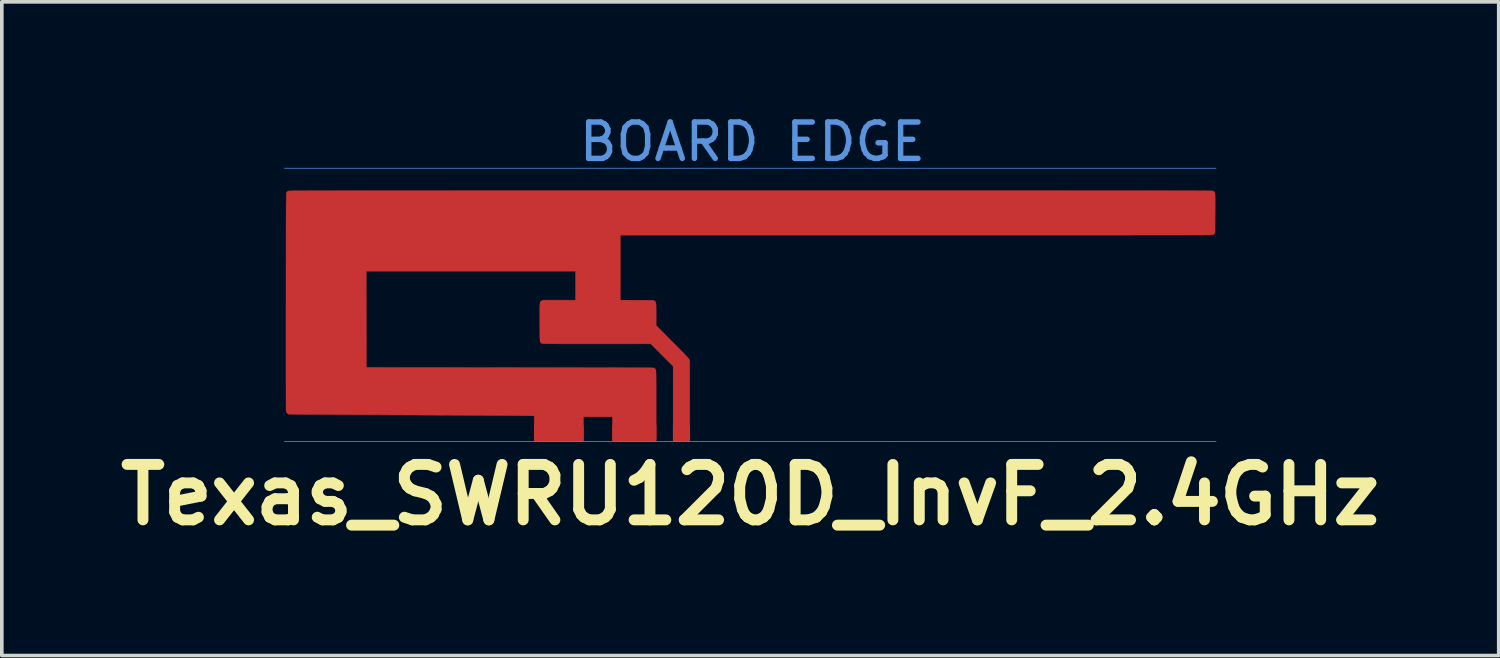
<source format=kicad_pcb>
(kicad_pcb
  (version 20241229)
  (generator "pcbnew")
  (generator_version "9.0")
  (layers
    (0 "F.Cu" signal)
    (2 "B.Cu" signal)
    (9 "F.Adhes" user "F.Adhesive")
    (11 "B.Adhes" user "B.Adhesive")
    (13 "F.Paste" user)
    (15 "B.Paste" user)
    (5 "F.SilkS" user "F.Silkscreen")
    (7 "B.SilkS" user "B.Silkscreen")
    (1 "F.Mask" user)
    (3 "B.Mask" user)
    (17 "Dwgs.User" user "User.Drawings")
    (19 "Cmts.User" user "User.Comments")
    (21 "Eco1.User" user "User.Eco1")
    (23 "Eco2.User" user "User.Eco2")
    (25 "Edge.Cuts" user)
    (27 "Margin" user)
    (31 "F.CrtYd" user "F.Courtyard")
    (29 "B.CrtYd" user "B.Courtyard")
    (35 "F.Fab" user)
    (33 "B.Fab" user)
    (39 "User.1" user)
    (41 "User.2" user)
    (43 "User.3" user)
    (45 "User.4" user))
  (footprint "Texas_SWRU120D_InvF_2.4GHz"
    (layer "F.Cu")
    (at 17.57 5.548)
    (property "Reference" "Texas_SWRU120D_InvF_2.4GHz" (at 0 5 0) (layer "F.SilkS") (effects (font (size 1.524 1.524) (thickness 0.3))))
    (attr smd)
    (fp_poly (pts (xy 2.003 -3.36) (xy 2.466 -3.36) (xy 2.916 -3.36) (xy 3.353 -3.36) (xy 3.776 -3.36) (xy 4.186 -3.36) (xy 4.584 -3.36) (xy 4.969 -3.36) (xy 5.341 -3.36) (xy 5.702 -3.36) (xy 6.05 -3.36) (xy 6.387 -3.36) (xy 6.712 -3.36) (xy 7.026 -3.36) (xy 7.329 -3.36) (xy 7.621 -3.36) (xy 7.902 -3.36) (xy 8.172 -3.36) (xy 8.432 -3.36) (xy 8.682 -3.359) (xy 8.922 -3.359) (xy 9.153 -3.359) (xy 9.374 -3.359) (xy 9.585 -3.359) (xy 9.788 -3.359) (xy 9.981 -3.359) (xy 10.166 -3.359) (xy 10.342 -3.359) (xy 10.51 -3.359) (xy 10.67 -3.359) (xy 10.822 -3.358) (xy 10.966 -3.358) (xy 11.103 -3.358) (xy 11.232 -3.358) (xy 11.354 -3.358) (xy 11.47 -3.358) (xy 11.578 -3.357) (xy 11.681 -3.357) (xy 11.777 -3.357) (xy 11.866 -3.357) (xy 11.95 -3.357) (xy 12.029 -3.356) (xy 12.101 -3.356) (xy 12.169 -3.356) (xy 12.231 -3.356) (xy 12.289 -3.355) (xy 12.342 -3.355) (xy 12.39 -3.355) (xy 12.434 -3.354) (xy 12.474 -3.354) (xy 12.51 -3.354) (xy 12.543 -3.353) (xy 12.572 -3.353) (xy 12.597 -3.353) (xy 12.62 -3.352) (xy 12.64 -3.352) (xy 12.657 -3.352) (xy 12.672 -3.351) (xy 12.684 -3.351) (xy 12.694 -3.35) (xy 12.703 -3.35) (xy 12.71 -3.349) (xy 12.715 -3.349) (xy 12.72 -3.348) (xy 12.723 -3.348) (xy 12.725 -3.347) (xy 12.727 -3.347) (xy 12.728 -3.346) (xy 12.729 -3.346) (xy 12.738 -3.34) (xy 12.745 -3.335) (xy 12.752 -3.33) (xy 12.758 -3.323) (xy 12.762 -3.313) (xy 12.766 -3.3) (xy 12.769 -3.283) (xy 12.772 -3.26) (xy 12.774 -3.23) (xy 12.775 -3.193) (xy 12.776 -3.148) (xy 12.776 -3.093) (xy 12.776 -3.027) (xy 12.776 -2.95) (xy 12.776 -2.861) (xy 12.775 -2.758) (xy 12.775 -2.739) (xy 12.773 -2.195) (xy 12.755 -2.175) (xy 12.736 -2.159) (xy 12.717 -2.146) (xy 12.717 -2.146) (xy 12.714 -2.145) (xy 12.709 -2.145) (xy 12.7 -2.144) (xy 12.687 -2.144) (xy 12.671 -2.143) (xy 12.65 -2.143) (xy 12.625 -2.142) (xy 12.596 -2.142) (xy 12.562 -2.142) (xy 12.522 -2.141) (xy 12.478 -2.141) (xy 12.428 -2.141) (xy 12.372 -2.14) (xy 12.31 -2.14) (xy 12.242 -2.14) (xy 12.168 -2.139) (xy 12.087 -2.139) (xy 11.999 -2.139) (xy 11.903 -2.138) (xy 11.801 -2.138) (xy 11.69 -2.138) (xy 11.572 -2.138) (xy 11.445 -2.138) (xy 11.31 -2.137) (xy 11.167 -2.137) (xy 11.015 -2.137) (xy 10.853 -2.137) (xy 10.682 -2.137) (xy 10.502 -2.137) (xy 10.312 -2.136) (xy 10.112 -2.136) (xy 9.901 -2.136) (xy 9.68 -2.136) (xy 9.448 -2.136) (xy 9.205 -2.136) (xy 8.951 -2.136) (xy 8.686 -2.136) (xy 8.408 -2.136) (xy 8.119 -2.136) (xy 7.817 -2.136) (xy 7.504 -2.136) (xy 7.177 -2.136) (xy 6.837 -2.136) (xy 6.484 -2.136) (xy 6.118 -2.136) (xy 5.738 -2.136) (xy 5.345 -2.136) (xy 4.937 -2.135) (xy 4.563 -2.135) (xy -3.571 -2.135) (xy -3.571 -0.35) (xy -2.657 -0.346) (xy -2.633 -0.329) (xy -2.622 -0.322) (xy -2.613 -0.314) (xy -2.606 -0.306) (xy -2.6 -0.294) (xy -2.596 -0.28) (xy -2.593 -0.26) (xy -2.59 -0.233) (xy -2.589 -0.199) (xy -2.588 -0.155) (xy -2.588 -0.1) (xy -2.587 -0.034) (xy -2.587 0.038) (xy -2.587 0.346) (xy -2.144 0.791) (xy -2.062 0.873) (xy -1.989 0.947) (xy -1.926 1.011) (xy -1.871 1.066) (xy -1.825 1.114) (xy -1.786 1.154) (xy -1.754 1.188) (xy -1.729 1.215) (xy -1.71 1.237) (xy -1.696 1.253) (xy -1.687 1.265) (xy -1.683 1.272) (xy -1.665 1.308) (xy -1.662 3.498) (xy -2.121 3.498) (xy -2.121 1.469) (xy -2.429 1.161) (xy -2.737 0.853) (xy -4.22 0.853) (xy -4.393 0.853) (xy -4.553 0.853) (xy -4.699 0.853) (xy -4.832 0.853) (xy -4.953 0.853) (xy -5.062 0.852) (xy -5.161 0.852) (xy -5.249 0.852) (xy -5.327 0.852) (xy -5.396 0.851) (xy -5.456 0.851) (xy -5.509 0.851) (xy -5.554 0.85) (xy -5.592 0.85) (xy -5.624 0.849) (xy -5.65 0.848) (xy -5.672 0.847) (xy -5.688 0.846) (xy -5.701 0.845) (xy -5.711 0.844) (xy -5.719 0.843) (xy -5.724 0.842) (xy -5.727 0.84) (xy -5.728 0.84) (xy -5.749 0.826) (xy -5.767 0.808) (xy -5.768 0.807) (xy -5.771 0.802) (xy -5.774 0.798) (xy -5.776 0.791) (xy -5.778 0.782) (xy -5.779 0.769) (xy -5.78 0.751) (xy -5.781 0.728) (xy -5.782 0.697) (xy -5.783 0.659) (xy -5.783 0.612) (xy -5.784 0.554) (xy -5.784 0.486) (xy -5.785 0.406) (xy -5.785 0.313) (xy -5.785 0.26) (xy -5.786 0.156) (xy -5.786 0.066) (xy -5.786 -0.012) (xy -5.786 -0.078) (xy -5.786 -0.134) (xy -5.785 -0.18) (xy -5.783 -0.217) (xy -5.781 -0.247) (xy -5.778 -0.27) (xy -5.775 -0.288) (xy -5.77 -0.301) (xy -5.765 -0.31) (xy -5.758 -0.317) (xy -5.75 -0.323) (xy -5.741 -0.327) (xy -5.73 -0.333) (xy -5.728 -0.333) (xy -5.696 -0.35) (xy -4.803 -0.35) (xy -4.803 -1.144) (xy -10.554 -1.144) (xy -10.552 0.177) (xy -10.55 1.498) (xy -6.603 1.501) (xy -6.316 1.502) (xy -6.043 1.502) (xy -5.785 1.502) (xy -5.539 1.502) (xy -5.307 1.503) (xy -5.088 1.503) (xy -4.881 1.503) (xy -4.686 1.503) (xy -4.503 1.504) (xy -4.331 1.504) (xy -4.17 1.504) (xy -4.019 1.504) (xy -3.879 1.505) (xy -3.749 1.505) (xy -3.628 1.505) (xy -3.516 1.505) (xy -3.413 1.506) (xy -3.319 1.506) (xy -3.232 1.506) (xy -3.154 1.507) (xy -3.082 1.507) (xy -3.018 1.507) (xy -2.96 1.508) (xy -2.908 1.508) (xy -2.862 1.509) (xy -2.822 1.509) (xy -2.787 1.51) (xy -2.757 1.51) (xy -2.731 1.511) (xy -2.709 1.511) (xy -2.691 1.512) (xy -2.676 1.513) (xy -2.664 1.513) (xy -2.655 1.514) (xy -2.648 1.515) (xy -2.643 1.516) (xy -2.639 1.517) (xy -2.637 1.518) (xy -2.636 1.518) (xy -2.618 1.534) (xy -2.602 1.554) (xy -2.602 1.555) (xy -2.6 1.558) (xy -2.598 1.563) (xy -2.596 1.569) (xy -2.595 1.577) (xy -2.593 1.588) (xy -2.592 1.603) (xy -2.591 1.622) (xy -2.59 1.646) (xy -2.59 1.677) (xy -2.589 1.714) (xy -2.589 1.759) (xy -2.588 1.812) (xy -2.588 1.874) (xy -2.588 1.946) (xy -2.588 2.028) (xy -2.588 2.122) (xy -2.587 2.227) (xy -2.587 2.345) (xy -2.587 2.477) (xy -2.587 2.538) (xy -2.587 3.498) (xy -3.79 3.498) (xy -3.79 2.857) (xy -4.584 2.857) (xy -4.584 3.498) (xy -5.94 3.498) (xy -5.94 2.83) (xy -6.427 2.825) (xy -6.469 2.825) (xy -6.526 2.824) (xy -6.596 2.824) (xy -6.678 2.823) (xy -6.773 2.823) (xy -6.88 2.822) (xy -6.997 2.821) (xy -7.125 2.82) (xy -7.262 2.82) (xy -7.409 2.819) (xy -7.563 2.818) (xy -7.726 2.817) (xy -7.896 2.816) (xy -8.073 2.815) (xy -8.256 2.814) (xy -8.444 2.813) (xy -8.637 2.812) (xy -8.835 2.811) (xy -9.036 2.81) (xy -9.24 2.808) (xy -9.446 2.807) (xy -9.654 2.806) (xy -9.788 2.806) (xy -9.992 2.804) (xy -10.193 2.803) (xy -10.389 2.802) (xy -10.581 2.801) (xy -10.767 2.8) (xy -10.948 2.799) (xy -11.123 2.798) (xy -11.291 2.797) (xy -11.452 2.796) (xy -11.605 2.795) (xy -11.75 2.794) (xy -11.887 2.793) (xy -12.015 2.793) (xy -12.133 2.792) (xy -12.241 2.791) (xy -12.338 2.79) (xy -12.424 2.79) (xy -12.499 2.789) (xy -12.561 2.789) (xy -12.611 2.788) (xy -12.648 2.788) (xy -12.672 2.787) (xy -12.681 2.787) (xy -12.681 2.787) (xy -12.697 2.78) (xy -12.716 2.765) (xy -12.726 2.756) (xy -12.744 2.736) (xy -12.753 2.716) (xy -12.758 2.689) (xy -12.758 2.679) (xy -12.759 2.655) (xy -12.759 2.617) (xy -12.759 2.567) (xy -12.759 2.503) (xy -12.76 2.428) (xy -12.76 2.341) (xy -12.76 2.242) (xy -12.76 2.133) (xy -12.76 2.014) (xy -12.761 1.886) (xy -12.761 1.748) (xy -12.761 1.601) (xy -12.761 1.447) (xy -12.761 1.284) (xy -12.761 1.115) (xy -12.761 0.938) (xy -12.761 0.756) (xy -12.761 0.568) (xy -12.761 0.374) (xy -12.761 0.176) (xy -12.761 -0.026) (xy -12.761 -0.233) (xy -12.76 -0.317) (xy -12.76 -0.565) (xy -12.76 -0.798) (xy -12.76 -1.018) (xy -12.76 -1.225) (xy -12.76 -1.418) (xy -12.759 -1.6) (xy -12.759 -1.769) (xy -12.759 -1.926) (xy -12.759 -2.072) (xy -12.759 -2.208) (xy -12.758 -2.333) (xy -12.758 -2.448) (xy -12.758 -2.554) (xy -12.758 -2.65) (xy -12.757 -2.738) (xy -12.757 -2.817) (xy -12.757 -2.889) (xy -12.756 -2.953) (xy -12.756 -3.01) (xy -12.755 -3.061) (xy -12.755 -3.105) (xy -12.754 -3.143) (xy -12.754 -3.177) (xy -12.753 -3.205) (xy -12.753 -3.229) (xy -12.752 -3.248) (xy -12.751 -3.264) (xy -12.75 -3.277) (xy -12.75 -3.287) (xy -12.749 -3.294) (xy -12.748 -3.3) (xy -12.747 -3.304) (xy -12.746 -3.307) (xy -12.745 -3.307) (xy -12.729 -3.328) (xy -12.709 -3.345) (xy -12.709 -3.346) (xy -12.708 -3.346) (xy -12.706 -3.347) (xy -12.704 -3.347) (xy -12.702 -3.348) (xy -12.698 -3.348) (xy -12.694 -3.349) (xy -12.688 -3.349) (xy -12.68 -3.35) (xy -12.671 -3.35) (xy -12.66 -3.351) (xy -12.647 -3.351) (xy -12.631 -3.352) (xy -12.613 -3.352) (xy -12.592 -3.352) (xy -12.568 -3.353) (xy -12.541 -3.353) (xy -12.511 -3.354) (xy -12.477 -3.354) (xy -12.44 -3.354) (xy -12.398 -3.355) (xy -12.352 -3.355) (xy -12.302 -3.355) (xy -12.248 -3.355) (xy -12.188 -3.356) (xy -12.124 -3.356) (xy -12.055 -3.356) (xy -11.98 -3.356) (xy -11.9 -3.357) (xy -11.813 -3.357) (xy -11.721 -3.357) (xy -11.623 -3.357) (xy -11.518 -3.357) (xy -11.407 -3.358) (xy -11.289 -3.358) (xy -11.164 -3.358) (xy -11.032 -3.358) (xy -10.892 -3.358) (xy -10.745 -3.358) (xy -10.59 -3.359) (xy -10.428 -3.359) (xy -10.256 -3.359) (xy -10.077 -3.359) (xy -9.889 -3.359) (xy -9.692 -3.359) (xy -9.486 -3.359) (xy -9.271 -3.359) (xy -9.047 -3.359) (xy -8.813 -3.359) (xy -8.569 -3.359) (xy -8.315 -3.359) (xy -8.051 -3.36) (xy -7.776 -3.36) (xy -7.491 -3.36) (xy -7.195 -3.36) (xy -6.888 -3.36) (xy -6.57 -3.36) (xy -6.24 -3.36) (xy -5.899 -3.36) (xy -5.546 -3.36) (xy -5.181 -3.36) (xy -4.804 -3.36) (xy -4.414 -3.36) (xy -4.012 -3.36) (xy -3.596 -3.36) (xy -3.168 -3.36) (xy -2.727 -3.36) (xy -2.272 -3.36) (xy -1.803 -3.36) (xy -1.321 -3.36) (xy -0.824 -3.36) (xy -0.314 -3.36) (xy 0.01 -3.36) (xy 0.53 -3.36) (xy 1.035 -3.36) (xy 1.526 -3.36) (xy 2.003 -3.36)) (stroke (width 0.01) (type solid)) (fill yes) (layer "F.Cu"))
    (fp_line (start -12.8 -3.975) (end 12.8 -3.975) (stroke (width 0.02) (type solid)) (layer "Cmts.User"))
    (fp_line (start -12.8 3.535) (end 12.8 3.535) (stroke (width 0.02) (type solid)) (layer "Cmts.User"))
    (fp_text user "BOARD EDGE" (at 0.06 -4.7 0) (layer "Cmts.User") (effects (font (size 1 1) (thickness 0.15))))
    (pad "1" connect rect (at -1.891 3.31) (size 0.469 0.45) (layers "F.Cu"))
    (pad "2" connect rect (at -5.262 3.31) (size 1.365 0.45) (layers "F.Cu"))
    (pad "2" connect rect (at -3.188 3.31) (size 1.212 0.45) (layers "F.Cu")))
  (gr_rect
    (start -3 -3)
    (end 38.139 14.966)
    (stroke (width 0.1) (type default))
    (fill no)
    (layer "Edge.Cuts")))
</source>
